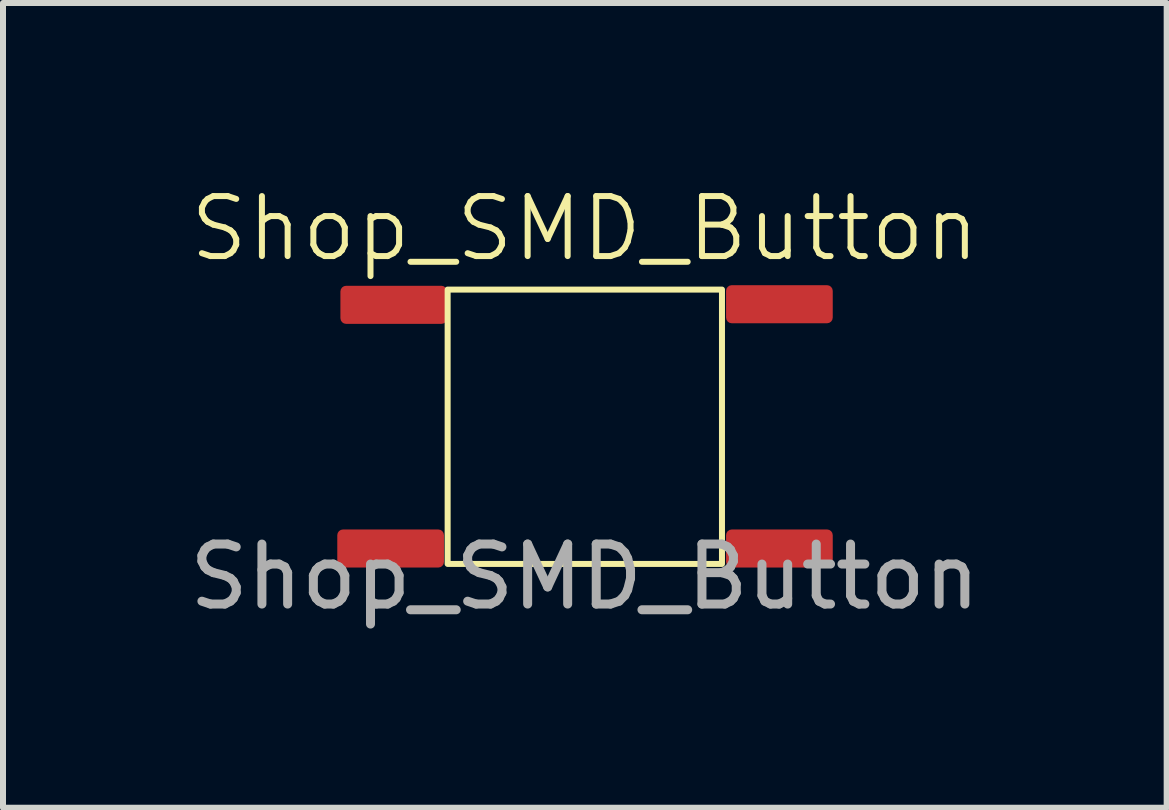
<source format=kicad_pcb>
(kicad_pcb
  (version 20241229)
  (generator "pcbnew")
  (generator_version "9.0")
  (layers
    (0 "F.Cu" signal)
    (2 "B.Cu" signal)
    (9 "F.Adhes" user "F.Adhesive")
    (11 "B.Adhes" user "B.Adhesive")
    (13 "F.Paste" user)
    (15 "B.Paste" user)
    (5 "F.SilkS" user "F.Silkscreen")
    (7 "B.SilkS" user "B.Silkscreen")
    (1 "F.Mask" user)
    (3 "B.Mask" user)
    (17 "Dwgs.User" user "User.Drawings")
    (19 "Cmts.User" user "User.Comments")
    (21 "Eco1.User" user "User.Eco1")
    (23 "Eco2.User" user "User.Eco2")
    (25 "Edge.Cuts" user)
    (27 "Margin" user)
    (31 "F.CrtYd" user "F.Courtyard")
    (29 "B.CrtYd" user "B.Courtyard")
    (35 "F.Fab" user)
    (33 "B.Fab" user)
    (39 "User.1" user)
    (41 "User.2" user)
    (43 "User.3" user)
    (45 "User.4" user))
  (footprint "Shop_SMD_Button"
    (layer "F.Cu")
    (at 6.696 4.062)
    (property "Reference" "Shop_SMD_Button" (at 0 -3.302 0) (unlocked yes) (layer "F.SilkS") (effects (font (size 1 1) (thickness 0.1))))
    (attr smd)
    (fp_rect (start -2.286 -2.286) (end 2.286 2.286) (stroke (width 0.1) (type default)) (fill no) (layer "F.SilkS"))
    (fp_text user "${REFERENCE}" (at 0 2.5 0) (unlocked yes) (layer "F.Fab") (effects (font (size 1 1) (thickness 0.15))))
    (pad "1" smd roundrect (at -3.184 -2.032) (size 1.778 0.635) (layers "F.Cu" "F.Mask" "F.Paste") (roundrect_rratio 0.15))
    (pad "1" smd roundrect (at 3.243 -2.042) (size 1.778 0.635) (layers "F.Cu" "F.Mask" "F.Paste") (roundrect_rratio 0.15))
    (pad "2" smd roundrect (at -3.236 2.029) (size 1.778 0.635) (layers "F.Cu" "F.Mask" "F.Paste") (roundrect_rratio 0.15))
    (pad "2" smd roundrect (at 3.243 2.029) (size 1.778 0.635) (layers "F.Cu" "F.Mask" "F.Paste") (roundrect_rratio 0.15))
    (zone (net_name "") (layer "F.SilkS") (hatch edge 0.5) (connect_pads) (min_thickness 0.25) (filled_areas_thickness no) (keepout (tracks allowed) (vias allowed) (pads not_allowed) (copperpour allowed) (footprints not_allowed)) (placement (enabled no)) (fill) (polygon (pts (xy 4.41 1.776) (xy 8.982 1.776) (xy 8.982 6.348) (xy 4.41 6.348)))))
  (gr_rect
    (start -3 -3)
    (end 16.393 10.411)
    (stroke (width 0.1) (type default))
    (fill no)
    (layer "Edge.Cuts")))
</source>
